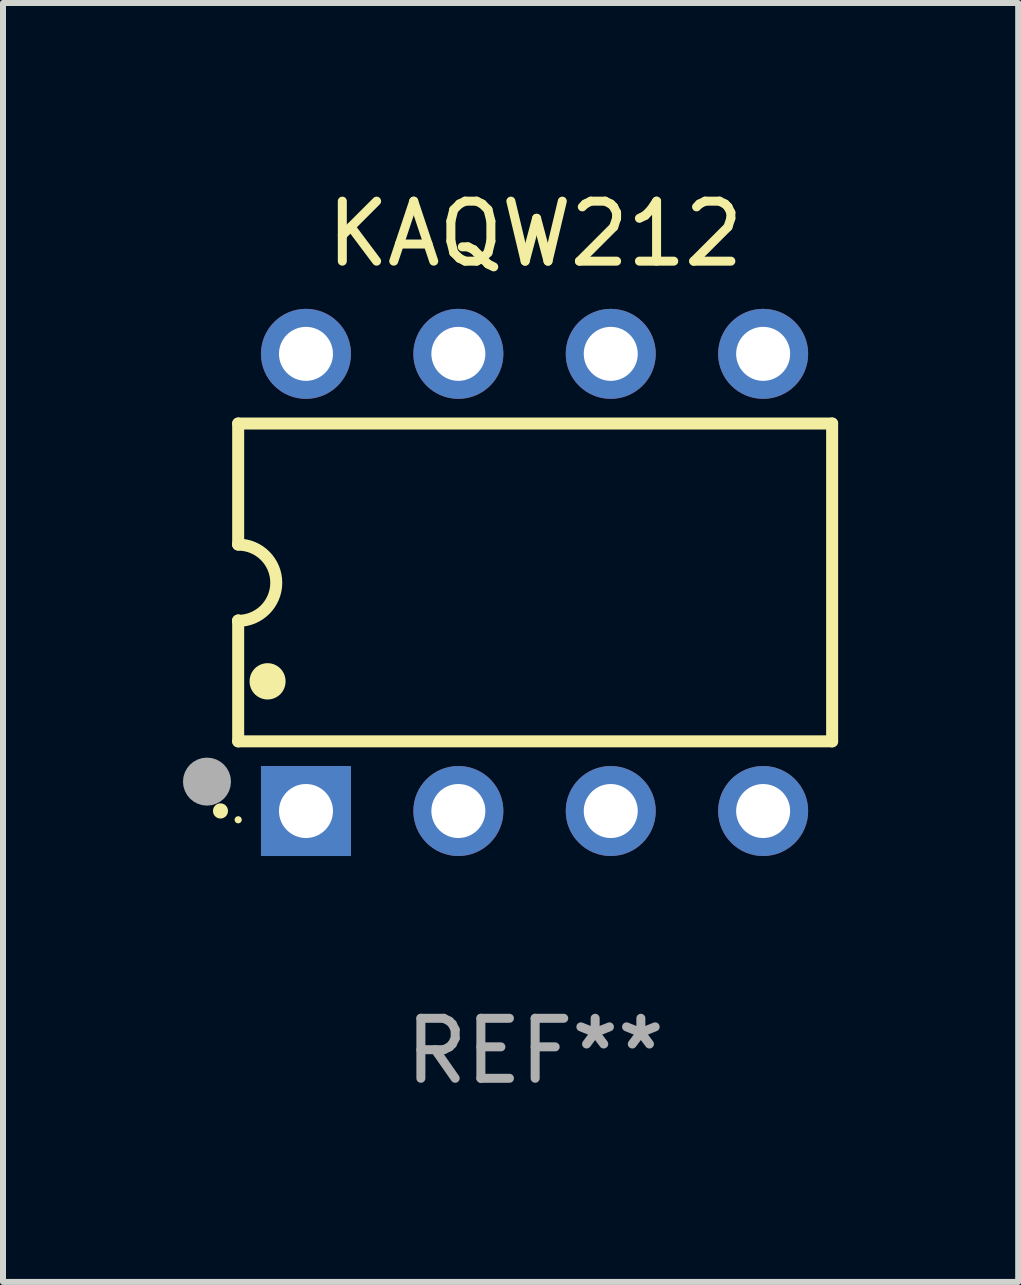
<source format=kicad_pcb>
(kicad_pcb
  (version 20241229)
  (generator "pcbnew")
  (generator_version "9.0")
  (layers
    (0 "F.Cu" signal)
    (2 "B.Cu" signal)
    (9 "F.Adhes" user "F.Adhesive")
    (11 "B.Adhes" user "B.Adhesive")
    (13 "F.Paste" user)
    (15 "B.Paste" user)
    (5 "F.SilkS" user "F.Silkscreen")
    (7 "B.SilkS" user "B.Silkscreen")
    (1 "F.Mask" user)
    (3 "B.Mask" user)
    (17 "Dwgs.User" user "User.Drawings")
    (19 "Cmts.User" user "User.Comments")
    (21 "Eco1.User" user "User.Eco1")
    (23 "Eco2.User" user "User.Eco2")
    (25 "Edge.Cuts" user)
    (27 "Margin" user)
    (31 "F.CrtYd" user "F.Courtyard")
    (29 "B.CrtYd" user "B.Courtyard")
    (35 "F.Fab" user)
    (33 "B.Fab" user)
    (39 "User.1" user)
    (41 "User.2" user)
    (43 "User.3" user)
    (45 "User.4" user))
  (footprint "KAQW212"
    (layer "F.Cu")
    (at 5.87 6.658)
    (property "Reference" "KAQW212" (at 0 -5.81 0) (layer "F.SilkS") (effects (font (size 1 1) (thickness 0.15))))
    (attr through_hole)
    (fp_line (start -4.95 -2.649) (end 4.95 -2.649) (stroke (width 0.2) (type solid)) (layer "F.SilkS"))
    (fp_line (start -4.95 -0.635) (end -4.95 -2.649) (stroke (width 0.2) (type solid)) (layer "F.SilkS"))
    (fp_line (start -4.95 0.635) (end -4.95 0.64) (stroke (width 0.2) (type solid)) (layer "F.SilkS"))
    (fp_line (start -4.95 2.649) (end -4.95 0.635) (stroke (width 0.2) (type solid)) (layer "F.SilkS"))
    (fp_line (start -4.95 -0.64) (end -4.95 -0.635) (stroke (width 0.2) (type solid)) (layer "F.SilkS"))
    (fp_line (start 4.95 -2.649) (end 4.95 2.649) (stroke (width 0.2) (type solid)) (layer "F.SilkS"))
    (fp_line (start 4.95 2.649) (end -4.95 2.649) (stroke (width 0.2) (type solid)) (layer "F.SilkS"))
    (fp_arc (start -5.24511 3.810008) (mid -5.245117 3.808738) (end -5.24511 3.807468) (stroke (width 0.25) (type solid)) (layer "F.SilkS"))
    (fp_arc (start -4.950165 -0.629997) (mid -4.315164 0.005004) (end -4.950165 0.640005) (stroke (width 0.2) (type solid)) (layer "F.SilkS"))
    (fp_arc (start -4.460249 1.651003) (mid -4.46026 1.648463) (end -4.460249 1.645923) (stroke (width 0.6) (type solid)) (layer "F.SilkS"))
    (fp_circle (center -4.95 3.956) (end -4.92 3.956) (stroke (width 0.06) (type solid)) (fill no) (layer "F.SilkS"))
    (fp_circle (center -5.47 3.32) (end -5.27 3.32) (stroke (width 0.4) (type solid)) (fill no) (layer "F.Fab"))
    (fp_text user "REF**" (at 0 7.81 0) (layer "F.Fab") (effects (font (size 1 1) (thickness 0.15))))
    (pad "1" thru_hole rect (at -3.82 3.81) (size 1.5 1.5) (drill 0.9) (layers "*.Cu" "*.Mask"))
    (pad "2" thru_hole circle (at -1.28 3.81) (size 1.5 1.5) (drill 0.9) (layers "*.Cu" "*.Mask"))
    (pad "3" thru_hole circle (at 1.26 3.81) (size 1.5 1.5) (drill 0.9) (layers "*.Cu" "*.Mask"))
    (pad "4" thru_hole circle (at 3.8 3.81) (size 1.5 1.5) (drill 0.9) (layers "*.Cu" "*.Mask"))
    (pad "5" thru_hole circle (at 3.8 -3.81) (size 1.5 1.5) (drill 0.9) (layers "*.Cu" "*.Mask"))
    (pad "6" thru_hole circle (at 1.26 -3.81) (size 1.5 1.5) (drill 0.9) (layers "*.Cu" "*.Mask"))
    (pad "7" thru_hole circle (at -1.28 -3.81) (size 1.5 1.5) (drill 0.9) (layers "*.Cu" "*.Mask"))
    (pad "8" thru_hole circle (at -3.82 -3.81) (size 1.5 1.5) (drill 0.9) (layers "*.Cu" "*.Mask")))
  (gr_rect
    (start -3 -3)
    (end 13.921 18.317)
    (stroke (width 0.1) (type default))
    (fill no)
    (layer "Edge.Cuts")))
</source>
